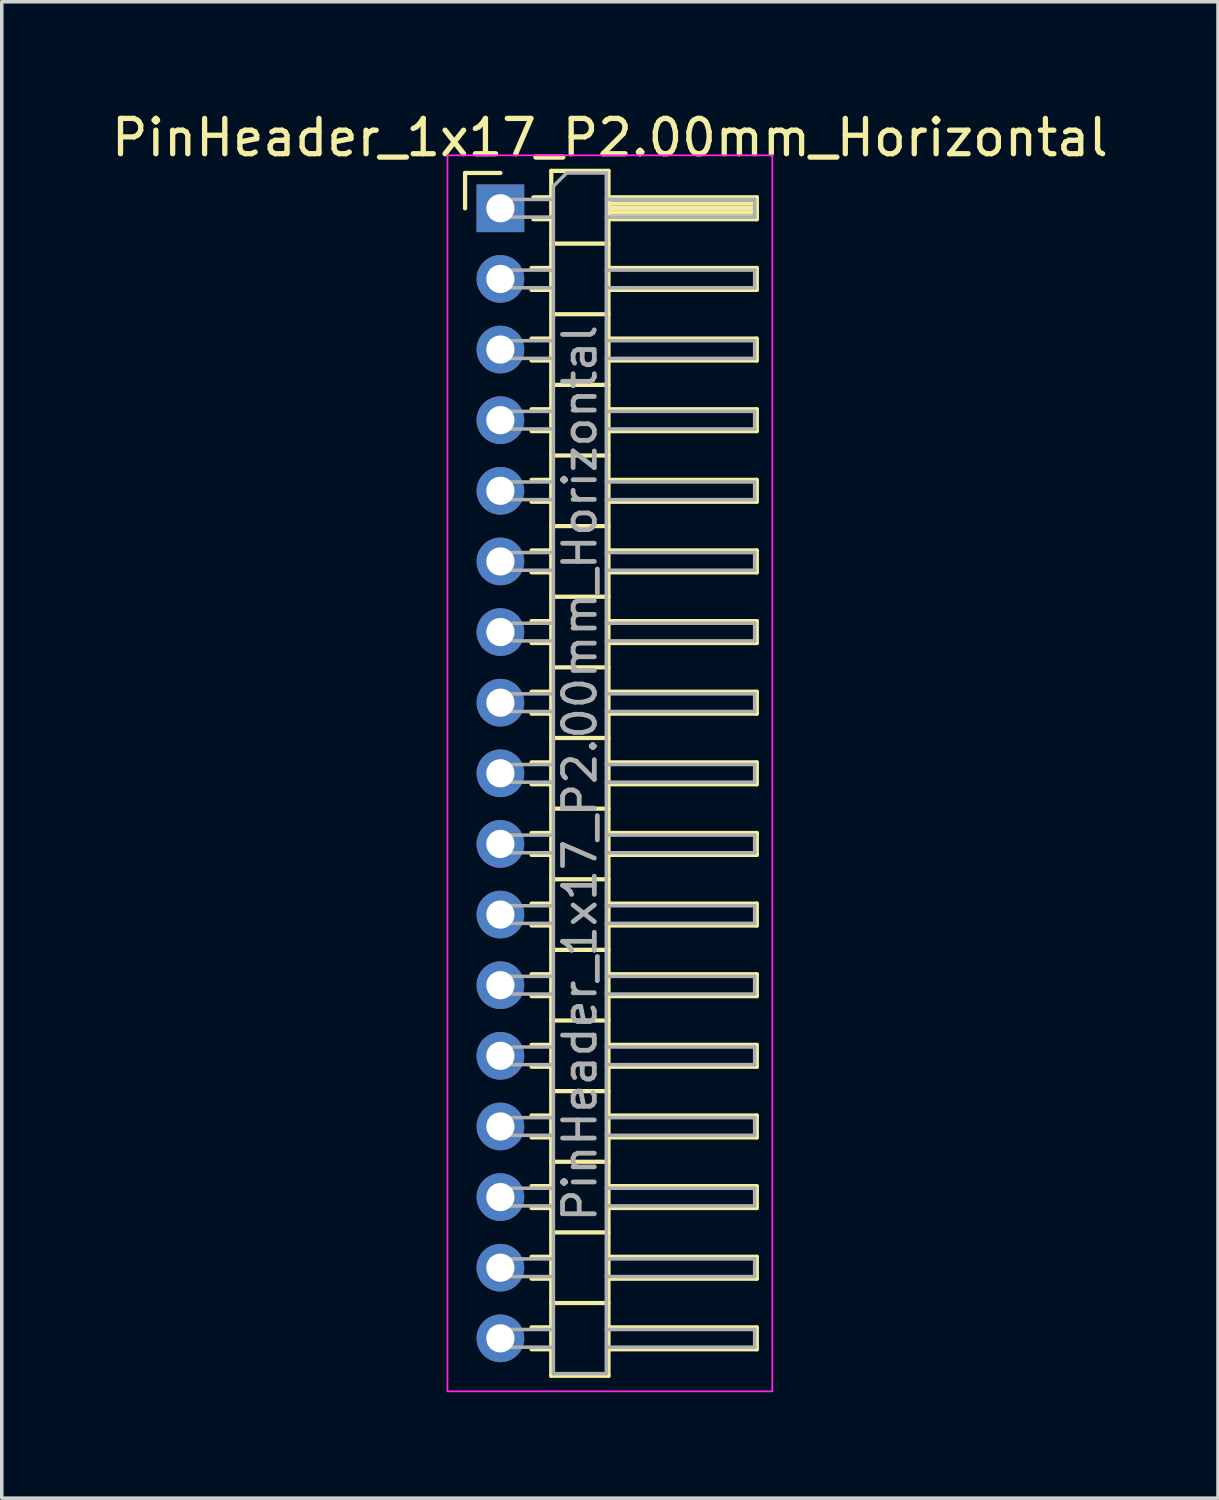
<source format=kicad_pcb>
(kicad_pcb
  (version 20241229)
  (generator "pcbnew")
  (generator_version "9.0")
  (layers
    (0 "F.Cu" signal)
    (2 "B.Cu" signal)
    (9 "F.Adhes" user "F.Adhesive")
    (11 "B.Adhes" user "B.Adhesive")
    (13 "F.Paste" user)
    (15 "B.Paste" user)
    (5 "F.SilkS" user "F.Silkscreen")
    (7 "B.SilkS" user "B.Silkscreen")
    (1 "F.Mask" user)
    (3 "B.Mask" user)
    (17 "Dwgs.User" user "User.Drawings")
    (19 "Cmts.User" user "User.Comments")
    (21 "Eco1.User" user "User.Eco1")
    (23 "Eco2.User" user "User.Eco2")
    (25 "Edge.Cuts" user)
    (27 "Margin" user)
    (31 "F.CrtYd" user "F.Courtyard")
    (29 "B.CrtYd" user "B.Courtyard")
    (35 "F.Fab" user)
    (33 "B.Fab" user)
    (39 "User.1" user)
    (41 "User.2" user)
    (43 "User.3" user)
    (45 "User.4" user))
  (footprint "PinHeader_1x17_P2.00mm_Horizontal"
    (layer "F.Cu")
    (at 11.12 2.848)
    (property "Reference" "PinHeader_1x17_P2.00mm_Horizontal" (at 3.1 -2 0) (layer "F.SilkS") (effects (font (size 1 1) (thickness 0.15))))
    (attr through_hole)
    (fp_line (start -1 -1) (end 0 -1) (stroke (width 0.12) (type solid)) (layer "F.SilkS"))
    (fp_line (start -1 0) (end -1 -1) (stroke (width 0.12) (type solid)) (layer "F.SilkS"))
    (fp_line (start 0.882 1.69) (end 1.44 1.69) (stroke (width 0.12) (type solid)) (layer "F.SilkS"))
    (fp_line (start 0.882 2.31) (end 1.44 2.31) (stroke (width 0.12) (type solid)) (layer "F.SilkS"))
    (fp_line (start 0.882 3.69) (end 1.44 3.69) (stroke (width 0.12) (type solid)) (layer "F.SilkS"))
    (fp_line (start 0.882 4.31) (end 1.44 4.31) (stroke (width 0.12) (type solid)) (layer "F.SilkS"))
    (fp_line (start 0.882 5.69) (end 1.44 5.69) (stroke (width 0.12) (type solid)) (layer "F.SilkS"))
    (fp_line (start 0.882 6.31) (end 1.44 6.31) (stroke (width 0.12) (type solid)) (layer "F.SilkS"))
    (fp_line (start 0.882 7.69) (end 1.44 7.69) (stroke (width 0.12) (type solid)) (layer "F.SilkS"))
    (fp_line (start 0.882 8.31) (end 1.44 8.31) (stroke (width 0.12) (type solid)) (layer "F.SilkS"))
    (fp_line (start 0.882 9.69) (end 1.44 9.69) (stroke (width 0.12) (type solid)) (layer "F.SilkS"))
    (fp_line (start 0.882 10.31) (end 1.44 10.31) (stroke (width 0.12) (type solid)) (layer "F.SilkS"))
    (fp_line (start 0.882 11.69) (end 1.44 11.69) (stroke (width 0.12) (type solid)) (layer "F.SilkS"))
    (fp_line (start 0.882 12.31) (end 1.44 12.31) (stroke (width 0.12) (type solid)) (layer "F.SilkS"))
    (fp_line (start 0.882 13.69) (end 1.44 13.69) (stroke (width 0.12) (type solid)) (layer "F.SilkS"))
    (fp_line (start 0.882 14.31) (end 1.44 14.31) (stroke (width 0.12) (type solid)) (layer "F.SilkS"))
    (fp_line (start 0.882 15.69) (end 1.44 15.69) (stroke (width 0.12) (type solid)) (layer "F.SilkS"))
    (fp_line (start 0.882 16.31) (end 1.44 16.31) (stroke (width 0.12) (type solid)) (layer "F.SilkS"))
    (fp_line (start 0.882 17.69) (end 1.44 17.69) (stroke (width 0.12) (type solid)) (layer "F.SilkS"))
    (fp_line (start 0.882 18.31) (end 1.44 18.31) (stroke (width 0.12) (type solid)) (layer "F.SilkS"))
    (fp_line (start 0.882 19.69) (end 1.44 19.69) (stroke (width 0.12) (type solid)) (layer "F.SilkS"))
    (fp_line (start 0.882 20.31) (end 1.44 20.31) (stroke (width 0.12) (type solid)) (layer "F.SilkS"))
    (fp_line (start 0.882 21.69) (end 1.44 21.69) (stroke (width 0.12) (type solid)) (layer "F.SilkS"))
    (fp_line (start 0.882 22.31) (end 1.44 22.31) (stroke (width 0.12) (type solid)) (layer "F.SilkS"))
    (fp_line (start 0.882 23.69) (end 1.44 23.69) (stroke (width 0.12) (type solid)) (layer "F.SilkS"))
    (fp_line (start 0.882 24.31) (end 1.44 24.31) (stroke (width 0.12) (type solid)) (layer "F.SilkS"))
    (fp_line (start 0.882 25.69) (end 1.44 25.69) (stroke (width 0.12) (type solid)) (layer "F.SilkS"))
    (fp_line (start 0.882 26.31) (end 1.44 26.31) (stroke (width 0.12) (type solid)) (layer "F.SilkS"))
    (fp_line (start 0.882 27.69) (end 1.44 27.69) (stroke (width 0.12) (type solid)) (layer "F.SilkS"))
    (fp_line (start 0.882 28.31) (end 1.44 28.31) (stroke (width 0.12) (type solid)) (layer "F.SilkS"))
    (fp_line (start 0.882 29.69) (end 1.44 29.69) (stroke (width 0.12) (type solid)) (layer "F.SilkS"))
    (fp_line (start 0.882 30.31) (end 1.44 30.31) (stroke (width 0.12) (type solid)) (layer "F.SilkS"))
    (fp_line (start 0.882 31.69) (end 1.44 31.69) (stroke (width 0.12) (type solid)) (layer "F.SilkS"))
    (fp_line (start 0.882 32.31) (end 1.44 32.31) (stroke (width 0.12) (type solid)) (layer "F.SilkS"))
    (fp_line (start 0.935 -0.31) (end 1.44 -0.31) (stroke (width 0.12) (type solid)) (layer "F.SilkS"))
    (fp_line (start 0.935 0.31) (end 1.44 0.31) (stroke (width 0.12) (type solid)) (layer "F.SilkS"))
    (fp_line (start 1.44 -1.06) (end 1.44 33.06) (stroke (width 0.12) (type solid)) (layer "F.SilkS"))
    (fp_line (start 1.44 1) (end 3.06 1) (stroke (width 0.12) (type solid)) (layer "F.SilkS"))
    (fp_line (start 1.44 3) (end 3.06 3) (stroke (width 0.12) (type solid)) (layer "F.SilkS"))
    (fp_line (start 1.44 5) (end 3.06 5) (stroke (width 0.12) (type solid)) (layer "F.SilkS"))
    (fp_line (start 1.44 7) (end 3.06 7) (stroke (width 0.12) (type solid)) (layer "F.SilkS"))
    (fp_line (start 1.44 9) (end 3.06 9) (stroke (width 0.12) (type solid)) (layer "F.SilkS"))
    (fp_line (start 1.44 11) (end 3.06 11) (stroke (width 0.12) (type solid)) (layer "F.SilkS"))
    (fp_line (start 1.44 13) (end 3.06 13) (stroke (width 0.12) (type solid)) (layer "F.SilkS"))
    (fp_line (start 1.44 15) (end 3.06 15) (stroke (width 0.12) (type solid)) (layer "F.SilkS"))
    (fp_line (start 1.44 17) (end 3.06 17) (stroke (width 0.12) (type solid)) (layer "F.SilkS"))
    (fp_line (start 1.44 19) (end 3.06 19) (stroke (width 0.12) (type solid)) (layer "F.SilkS"))
    (fp_line (start 1.44 21) (end 3.06 21) (stroke (width 0.12) (type solid)) (layer "F.SilkS"))
    (fp_line (start 1.44 23) (end 3.06 23) (stroke (width 0.12) (type solid)) (layer "F.SilkS"))
    (fp_line (start 1.44 25) (end 3.06 25) (stroke (width 0.12) (type solid)) (layer "F.SilkS"))
    (fp_line (start 1.44 27) (end 3.06 27) (stroke (width 0.12) (type solid)) (layer "F.SilkS"))
    (fp_line (start 1.44 29) (end 3.06 29) (stroke (width 0.12) (type solid)) (layer "F.SilkS"))
    (fp_line (start 1.44 31) (end 3.06 31) (stroke (width 0.12) (type solid)) (layer "F.SilkS"))
    (fp_line (start 1.44 33.06) (end 3.06 33.06) (stroke (width 0.12) (type solid)) (layer "F.SilkS"))
    (fp_line (start 3.06 -1.06) (end 1.44 -1.06) (stroke (width 0.12) (type solid)) (layer "F.SilkS"))
    (fp_line (start 3.06 -0.31) (end 7.26 -0.31) (stroke (width 0.12) (type solid)) (layer "F.SilkS"))
    (fp_line (start 3.06 -0.25) (end 7.26 -0.25) (stroke (width 0.12) (type solid)) (layer "F.SilkS"))
    (fp_line (start 3.06 -0.13) (end 7.26 -0.13) (stroke (width 0.12) (type solid)) (layer "F.SilkS"))
    (fp_line (start 3.06 -0.01) (end 7.26 -0.01) (stroke (width 0.12) (type solid)) (layer "F.SilkS"))
    (fp_line (start 3.06 0.11) (end 7.26 0.11) (stroke (width 0.12) (type solid)) (layer "F.SilkS"))
    (fp_line (start 3.06 0.23) (end 7.26 0.23) (stroke (width 0.12) (type solid)) (layer "F.SilkS"))
    (fp_line (start 3.06 1.69) (end 7.26 1.69) (stroke (width 0.12) (type solid)) (layer "F.SilkS"))
    (fp_line (start 3.06 3.69) (end 7.26 3.69) (stroke (width 0.12) (type solid)) (layer "F.SilkS"))
    (fp_line (start 3.06 5.69) (end 7.26 5.69) (stroke (width 0.12) (type solid)) (layer "F.SilkS"))
    (fp_line (start 3.06 7.69) (end 7.26 7.69) (stroke (width 0.12) (type solid)) (layer "F.SilkS"))
    (fp_line (start 3.06 9.69) (end 7.26 9.69) (stroke (width 0.12) (type solid)) (layer "F.SilkS"))
    (fp_line (start 3.06 11.69) (end 7.26 11.69) (stroke (width 0.12) (type solid)) (layer "F.SilkS"))
    (fp_line (start 3.06 13.69) (end 7.26 13.69) (stroke (width 0.12) (type solid)) (layer "F.SilkS"))
    (fp_line (start 3.06 15.69) (end 7.26 15.69) (stroke (width 0.12) (type solid)) (layer "F.SilkS"))
    (fp_line (start 3.06 17.69) (end 7.26 17.69) (stroke (width 0.12) (type solid)) (layer "F.SilkS"))
    (fp_line (start 3.06 19.69) (end 7.26 19.69) (stroke (width 0.12) (type solid)) (layer "F.SilkS"))
    (fp_line (start 3.06 21.69) (end 7.26 21.69) (stroke (width 0.12) (type solid)) (layer "F.SilkS"))
    (fp_line (start 3.06 23.69) (end 7.26 23.69) (stroke (width 0.12) (type solid)) (layer "F.SilkS"))
    (fp_line (start 3.06 25.69) (end 7.26 25.69) (stroke (width 0.12) (type solid)) (layer "F.SilkS"))
    (fp_line (start 3.06 27.69) (end 7.26 27.69) (stroke (width 0.12) (type solid)) (layer "F.SilkS"))
    (fp_line (start 3.06 29.69) (end 7.26 29.69) (stroke (width 0.12) (type solid)) (layer "F.SilkS"))
    (fp_line (start 3.06 31.69) (end 7.26 31.69) (stroke (width 0.12) (type solid)) (layer "F.SilkS"))
    (fp_line (start 3.06 33.06) (end 3.06 -1.06) (stroke (width 0.12) (type solid)) (layer "F.SilkS"))
    (fp_line (start 7.26 -0.31) (end 7.26 0.31) (stroke (width 0.12) (type solid)) (layer "F.SilkS"))
    (fp_line (start 7.26 0.31) (end 3.06 0.31) (stroke (width 0.12) (type solid)) (layer "F.SilkS"))
    (fp_line (start 7.26 1.69) (end 7.26 2.31) (stroke (width 0.12) (type solid)) (layer "F.SilkS"))
    (fp_line (start 7.26 2.31) (end 3.06 2.31) (stroke (width 0.12) (type solid)) (layer "F.SilkS"))
    (fp_line (start 7.26 3.69) (end 7.26 4.31) (stroke (width 0.12) (type solid)) (layer "F.SilkS"))
    (fp_line (start 7.26 4.31) (end 3.06 4.31) (stroke (width 0.12) (type solid)) (layer "F.SilkS"))
    (fp_line (start 7.26 5.69) (end 7.26 6.31) (stroke (width 0.12) (type solid)) (layer "F.SilkS"))
    (fp_line (start 7.26 6.31) (end 3.06 6.31) (stroke (width 0.12) (type solid)) (layer "F.SilkS"))
    (fp_line (start 7.26 7.69) (end 7.26 8.31) (stroke (width 0.12) (type solid)) (layer "F.SilkS"))
    (fp_line (start 7.26 8.31) (end 3.06 8.31) (stroke (width 0.12) (type solid)) (layer "F.SilkS"))
    (fp_line (start 7.26 9.69) (end 7.26 10.31) (stroke (width 0.12) (type solid)) (layer "F.SilkS"))
    (fp_line (start 7.26 10.31) (end 3.06 10.31) (stroke (width 0.12) (type solid)) (layer "F.SilkS"))
    (fp_line (start 7.26 11.69) (end 7.26 12.31) (stroke (width 0.12) (type solid)) (layer "F.SilkS"))
    (fp_line (start 7.26 12.31) (end 3.06 12.31) (stroke (width 0.12) (type solid)) (layer "F.SilkS"))
    (fp_line (start 7.26 13.69) (end 7.26 14.31) (stroke (width 0.12) (type solid)) (layer "F.SilkS"))
    (fp_line (start 7.26 14.31) (end 3.06 14.31) (stroke (width 0.12) (type solid)) (layer "F.SilkS"))
    (fp_line (start 7.26 15.69) (end 7.26 16.31) (stroke (width 0.12) (type solid)) (layer "F.SilkS"))
    (fp_line (start 7.26 16.31) (end 3.06 16.31) (stroke (width 0.12) (type solid)) (layer "F.SilkS"))
    (fp_line (start 7.26 17.69) (end 7.26 18.31) (stroke (width 0.12) (type solid)) (layer "F.SilkS"))
    (fp_line (start 7.26 18.31) (end 3.06 18.31) (stroke (width 0.12) (type solid)) (layer "F.SilkS"))
    (fp_line (start 7.26 19.69) (end 7.26 20.31) (stroke (width 0.12) (type solid)) (layer "F.SilkS"))
    (fp_line (start 7.26 20.31) (end 3.06 20.31) (stroke (width 0.12) (type solid)) (layer "F.SilkS"))
    (fp_line (start 7.26 21.69) (end 7.26 22.31) (stroke (width 0.12) (type solid)) (layer "F.SilkS"))
    (fp_line (start 7.26 22.31) (end 3.06 22.31) (stroke (width 0.12) (type solid)) (layer "F.SilkS"))
    (fp_line (start 7.26 23.69) (end 7.26 24.31) (stroke (width 0.12) (type solid)) (layer "F.SilkS"))
    (fp_line (start 7.26 24.31) (end 3.06 24.31) (stroke (width 0.12) (type solid)) (layer "F.SilkS"))
    (fp_line (start 7.26 25.69) (end 7.26 26.31) (stroke (width 0.12) (type solid)) (layer "F.SilkS"))
    (fp_line (start 7.26 26.31) (end 3.06 26.31) (stroke (width 0.12) (type solid)) (layer "F.SilkS"))
    (fp_line (start 7.26 27.69) (end 7.26 28.31) (stroke (width 0.12) (type solid)) (layer "F.SilkS"))
    (fp_line (start 7.26 28.31) (end 3.06 28.31) (stroke (width 0.12) (type solid)) (layer "F.SilkS"))
    (fp_line (start 7.26 29.69) (end 7.26 30.31) (stroke (width 0.12) (type solid)) (layer "F.SilkS"))
    (fp_line (start 7.26 30.31) (end 3.06 30.31) (stroke (width 0.12) (type solid)) (layer "F.SilkS"))
    (fp_line (start 7.26 31.69) (end 7.26 32.31) (stroke (width 0.12) (type solid)) (layer "F.SilkS"))
    (fp_line (start 7.26 32.31) (end 3.06 32.31) (stroke (width 0.12) (type solid)) (layer "F.SilkS"))
    (fp_line (start -1.5 -1.5) (end -1.5 33.5) (stroke (width 0.05) (type solid)) (layer "F.CrtYd"))
    (fp_line (start -1.5 33.5) (end 7.7 33.5) (stroke (width 0.05) (type solid)) (layer "F.CrtYd"))
    (fp_line (start 7.7 -1.5) (end -1.5 -1.5) (stroke (width 0.05) (type solid)) (layer "F.CrtYd"))
    (fp_line (start 7.7 33.5) (end 7.7 -1.5) (stroke (width 0.05) (type solid)) (layer "F.CrtYd"))
    (fp_line (start -0.25 -0.25) (end -0.25 0.25) (stroke (width 0.1) (type solid)) (layer "F.Fab"))
    (fp_line (start -0.25 -0.25) (end 1.5 -0.25) (stroke (width 0.1) (type solid)) (layer "F.Fab"))
    (fp_line (start -0.25 0.25) (end 1.5 0.25) (stroke (width 0.1) (type solid)) (layer "F.Fab"))
    (fp_line (start -0.25 1.75) (end -0.25 2.25) (stroke (width 0.1) (type solid)) (layer "F.Fab"))
    (fp_line (start -0.25 1.75) (end 1.5 1.75) (stroke (width 0.1) (type solid)) (layer "F.Fab"))
    (fp_line (start -0.25 2.25) (end 1.5 2.25) (stroke (width 0.1) (type solid)) (layer "F.Fab"))
    (fp_line (start -0.25 3.75) (end -0.25 4.25) (stroke (width 0.1) (type solid)) (layer "F.Fab"))
    (fp_line (start -0.25 3.75) (end 1.5 3.75) (stroke (width 0.1) (type solid)) (layer "F.Fab"))
    (fp_line (start -0.25 4.25) (end 1.5 4.25) (stroke (width 0.1) (type solid)) (layer "F.Fab"))
    (fp_line (start -0.25 5.75) (end -0.25 6.25) (stroke (width 0.1) (type solid)) (layer "F.Fab"))
    (fp_line (start -0.25 5.75) (end 1.5 5.75) (stroke (width 0.1) (type solid)) (layer "F.Fab"))
    (fp_line (start -0.25 6.25) (end 1.5 6.25) (stroke (width 0.1) (type solid)) (layer "F.Fab"))
    (fp_line (start -0.25 7.75) (end -0.25 8.25) (stroke (width 0.1) (type solid)) (layer "F.Fab"))
    (fp_line (start -0.25 7.75) (end 1.5 7.75) (stroke (width 0.1) (type solid)) (layer "F.Fab"))
    (fp_line (start -0.25 8.25) (end 1.5 8.25) (stroke (width 0.1) (type solid)) (layer "F.Fab"))
    (fp_line (start -0.25 9.75) (end -0.25 10.25) (stroke (width 0.1) (type solid)) (layer "F.Fab"))
    (fp_line (start -0.25 9.75) (end 1.5 9.75) (stroke (width 0.1) (type solid)) (layer "F.Fab"))
    (fp_line (start -0.25 10.25) (end 1.5 10.25) (stroke (width 0.1) (type solid)) (layer "F.Fab"))
    (fp_line (start -0.25 11.75) (end -0.25 12.25) (stroke (width 0.1) (type solid)) (layer "F.Fab"))
    (fp_line (start -0.25 11.75) (end 1.5 11.75) (stroke (width 0.1) (type solid)) (layer "F.Fab"))
    (fp_line (start -0.25 12.25) (end 1.5 12.25) (stroke (width 0.1) (type solid)) (layer "F.Fab"))
    (fp_line (start -0.25 13.75) (end -0.25 14.25) (stroke (width 0.1) (type solid)) (layer "F.Fab"))
    (fp_line (start -0.25 13.75) (end 1.5 13.75) (stroke (width 0.1) (type solid)) (layer "F.Fab"))
    (fp_line (start -0.25 14.25) (end 1.5 14.25) (stroke (width 0.1) (type solid)) (layer "F.Fab"))
    (fp_line (start -0.25 15.75) (end -0.25 16.25) (stroke (width 0.1) (type solid)) (layer "F.Fab"))
    (fp_line (start -0.25 15.75) (end 1.5 15.75) (stroke (width 0.1) (type solid)) (layer "F.Fab"))
    (fp_line (start -0.25 16.25) (end 1.5 16.25) (stroke (width 0.1) (type solid)) (layer "F.Fab"))
    (fp_line (start -0.25 17.75) (end -0.25 18.25) (stroke (width 0.1) (type solid)) (layer "F.Fab"))
    (fp_line (start -0.25 17.75) (end 1.5 17.75) (stroke (width 0.1) (type solid)) (layer "F.Fab"))
    (fp_line (start -0.25 18.25) (end 1.5 18.25) (stroke (width 0.1) (type solid)) (layer "F.Fab"))
    (fp_line (start -0.25 19.75) (end -0.25 20.25) (stroke (width 0.1) (type solid)) (layer "F.Fab"))
    (fp_line (start -0.25 19.75) (end 1.5 19.75) (stroke (width 0.1) (type solid)) (layer "F.Fab"))
    (fp_line (start -0.25 20.25) (end 1.5 20.25) (stroke (width 0.1) (type solid)) (layer "F.Fab"))
    (fp_line (start -0.25 21.75) (end -0.25 22.25) (stroke (width 0.1) (type solid)) (layer "F.Fab"))
    (fp_line (start -0.25 21.75) (end 1.5 21.75) (stroke (width 0.1) (type solid)) (layer "F.Fab"))
    (fp_line (start -0.25 22.25) (end 1.5 22.25) (stroke (width 0.1) (type solid)) (layer "F.Fab"))
    (fp_line (start -0.25 23.75) (end -0.25 24.25) (stroke (width 0.1) (type solid)) (layer "F.Fab"))
    (fp_line (start -0.25 23.75) (end 1.5 23.75) (stroke (width 0.1) (type solid)) (layer "F.Fab"))
    (fp_line (start -0.25 24.25) (end 1.5 24.25) (stroke (width 0.1) (type solid)) (layer "F.Fab"))
    (fp_line (start -0.25 25.75) (end -0.25 26.25) (stroke (width 0.1) (type solid)) (layer "F.Fab"))
    (fp_line (start -0.25 25.75) (end 1.5 25.75) (stroke (width 0.1) (type solid)) (layer "F.Fab"))
    (fp_line (start -0.25 26.25) (end 1.5 26.25) (stroke (width 0.1) (type solid)) (layer "F.Fab"))
    (fp_line (start -0.25 27.75) (end -0.25 28.25) (stroke (width 0.1) (type solid)) (layer "F.Fab"))
    (fp_line (start -0.25 27.75) (end 1.5 27.75) (stroke (width 0.1) (type solid)) (layer "F.Fab"))
    (fp_line (start -0.25 28.25) (end 1.5 28.25) (stroke (width 0.1) (type solid)) (layer "F.Fab"))
    (fp_line (start -0.25 29.75) (end -0.25 30.25) (stroke (width 0.1) (type solid)) (layer "F.Fab"))
    (fp_line (start -0.25 29.75) (end 1.5 29.75) (stroke (width 0.1) (type solid)) (layer "F.Fab"))
    (fp_line (start -0.25 30.25) (end 1.5 30.25) (stroke (width 0.1) (type solid)) (layer "F.Fab"))
    (fp_line (start -0.25 31.75) (end -0.25 32.25) (stroke (width 0.1) (type solid)) (layer "F.Fab"))
    (fp_line (start -0.25 31.75) (end 1.5 31.75) (stroke (width 0.1) (type solid)) (layer "F.Fab"))
    (fp_line (start -0.25 32.25) (end 1.5 32.25) (stroke (width 0.1) (type solid)) (layer "F.Fab"))
    (fp_line (start 1.5 -0.625) (end 1.875 -1) (stroke (width 0.1) (type solid)) (layer "F.Fab"))
    (fp_line (start 1.5 33) (end 1.5 -0.625) (stroke (width 0.1) (type solid)) (layer "F.Fab"))
    (fp_line (start 1.875 -1) (end 3 -1) (stroke (width 0.1) (type solid)) (layer "F.Fab"))
    (fp_line (start 3 -1) (end 3 33) (stroke (width 0.1) (type solid)) (layer "F.Fab"))
    (fp_line (start 3 -0.25) (end 7.2 -0.25) (stroke (width 0.1) (type solid)) (layer "F.Fab"))
    (fp_line (start 3 0.25) (end 7.2 0.25) (stroke (width 0.1) (type solid)) (layer "F.Fab"))
    (fp_line (start 3 1.75) (end 7.2 1.75) (stroke (width 0.1) (type solid)) (layer "F.Fab"))
    (fp_line (start 3 2.25) (end 7.2 2.25) (stroke (width 0.1) (type solid)) (layer "F.Fab"))
    (fp_line (start 3 3.75) (end 7.2 3.75) (stroke (width 0.1) (type solid)) (layer "F.Fab"))
    (fp_line (start 3 4.25) (end 7.2 4.25) (stroke (width 0.1) (type solid)) (layer "F.Fab"))
    (fp_line (start 3 5.75) (end 7.2 5.75) (stroke (width 0.1) (type solid)) (layer "F.Fab"))
    (fp_line (start 3 6.25) (end 7.2 6.25) (stroke (width 0.1) (type solid)) (layer "F.Fab"))
    (fp_line (start 3 7.75) (end 7.2 7.75) (stroke (width 0.1) (type solid)) (layer "F.Fab"))
    (fp_line (start 3 8.25) (end 7.2 8.25) (stroke (width 0.1) (type solid)) (layer "F.Fab"))
    (fp_line (start 3 9.75) (end 7.2 9.75) (stroke (width 0.1) (type solid)) (layer "F.Fab"))
    (fp_line (start 3 10.25) (end 7.2 10.25) (stroke (width 0.1) (type solid)) (layer "F.Fab"))
    (fp_line (start 3 11.75) (end 7.2 11.75) (stroke (width 0.1) (type solid)) (layer "F.Fab"))
    (fp_line (start 3 12.25) (end 7.2 12.25) (stroke (width 0.1) (type solid)) (layer "F.Fab"))
    (fp_line (start 3 13.75) (end 7.2 13.75) (stroke (width 0.1) (type solid)) (layer "F.Fab"))
    (fp_line (start 3 14.25) (end 7.2 14.25) (stroke (width 0.1) (type solid)) (layer "F.Fab"))
    (fp_line (start 3 15.75) (end 7.2 15.75) (stroke (width 0.1) (type solid)) (layer "F.Fab"))
    (fp_line (start 3 16.25) (end 7.2 16.25) (stroke (width 0.1) (type solid)) (layer "F.Fab"))
    (fp_line (start 3 17.75) (end 7.2 17.75) (stroke (width 0.1) (type solid)) (layer "F.Fab"))
    (fp_line (start 3 18.25) (end 7.2 18.25) (stroke (width 0.1) (type solid)) (layer "F.Fab"))
    (fp_line (start 3 19.75) (end 7.2 19.75) (stroke (width 0.1) (type solid)) (layer "F.Fab"))
    (fp_line (start 3 20.25) (end 7.2 20.25) (stroke (width 0.1) (type solid)) (layer "F.Fab"))
    (fp_line (start 3 21.75) (end 7.2 21.75) (stroke (width 0.1) (type solid)) (layer "F.Fab"))
    (fp_line (start 3 22.25) (end 7.2 22.25) (stroke (width 0.1) (type solid)) (layer "F.Fab"))
    (fp_line (start 3 23.75) (end 7.2 23.75) (stroke (width 0.1) (type solid)) (layer "F.Fab"))
    (fp_line (start 3 24.25) (end 7.2 24.25) (stroke (width 0.1) (type solid)) (layer "F.Fab"))
    (fp_line (start 3 25.75) (end 7.2 25.75) (stroke (width 0.1) (type solid)) (layer "F.Fab"))
    (fp_line (start 3 26.25) (end 7.2 26.25) (stroke (width 0.1) (type solid)) (layer "F.Fab"))
    (fp_line (start 3 27.75) (end 7.2 27.75) (stroke (width 0.1) (type solid)) (layer "F.Fab"))
    (fp_line (start 3 28.25) (end 7.2 28.25) (stroke (width 0.1) (type solid)) (layer "F.Fab"))
    (fp_line (start 3 29.75) (end 7.2 29.75) (stroke (width 0.1) (type solid)) (layer "F.Fab"))
    (fp_line (start 3 30.25) (end 7.2 30.25) (stroke (width 0.1) (type solid)) (layer "F.Fab"))
    (fp_line (start 3 31.75) (end 7.2 31.75) (stroke (width 0.1) (type solid)) (layer "F.Fab"))
    (fp_line (start 3 32.25) (end 7.2 32.25) (stroke (width 0.1) (type solid)) (layer "F.Fab"))
    (fp_line (start 3 33) (end 1.5 33) (stroke (width 0.1) (type solid)) (layer "F.Fab"))
    (fp_line (start 7.2 -0.25) (end 7.2 0.25) (stroke (width 0.1) (type solid)) (layer "F.Fab"))
    (fp_line (start 7.2 1.75) (end 7.2 2.25) (stroke (width 0.1) (type solid)) (layer "F.Fab"))
    (fp_line (start 7.2 3.75) (end 7.2 4.25) (stroke (width 0.1) (type solid)) (layer "F.Fab"))
    (fp_line (start 7.2 5.75) (end 7.2 6.25) (stroke (width 0.1) (type solid)) (layer "F.Fab"))
    (fp_line (start 7.2 7.75) (end 7.2 8.25) (stroke (width 0.1) (type solid)) (layer "F.Fab"))
    (fp_line (start 7.2 9.75) (end 7.2 10.25) (stroke (width 0.1) (type solid)) (layer "F.Fab"))
    (fp_line (start 7.2 11.75) (end 7.2 12.25) (stroke (width 0.1) (type solid)) (layer "F.Fab"))
    (fp_line (start 7.2 13.75) (end 7.2 14.25) (stroke (width 0.1) (type solid)) (layer "F.Fab"))
    (fp_line (start 7.2 15.75) (end 7.2 16.25) (stroke (width 0.1) (type solid)) (layer "F.Fab"))
    (fp_line (start 7.2 17.75) (end 7.2 18.25) (stroke (width 0.1) (type solid)) (layer "F.Fab"))
    (fp_line (start 7.2 19.75) (end 7.2 20.25) (stroke (width 0.1) (type solid)) (layer "F.Fab"))
    (fp_line (start 7.2 21.75) (end 7.2 22.25) (stroke (width 0.1) (type solid)) (layer "F.Fab"))
    (fp_line (start 7.2 23.75) (end 7.2 24.25) (stroke (width 0.1) (type solid)) (layer "F.Fab"))
    (fp_line (start 7.2 25.75) (end 7.2 26.25) (stroke (width 0.1) (type solid)) (layer "F.Fab"))
    (fp_line (start 7.2 27.75) (end 7.2 28.25) (stroke (width 0.1) (type solid)) (layer "F.Fab"))
    (fp_line (start 7.2 29.75) (end 7.2 30.25) (stroke (width 0.1) (type solid)) (layer "F.Fab"))
    (fp_line (start 7.2 31.75) (end 7.2 32.25) (stroke (width 0.1) (type solid)) (layer "F.Fab"))
    (fp_text user "${REFERENCE}" (at 2.25 16 90) (layer "F.Fab") (effects (font (size 0.9 0.9) (thickness 0.135))))
    (pad "1" thru_hole rect (at 0 0) (size 1.35 1.35) (drill 0.8) (layers "*.Cu" "*.Mask"))
    (pad "2" thru_hole oval (at 0 2) (size 1.35 1.35) (drill 0.8) (layers "*.Cu" "*.Mask"))
    (pad "3" thru_hole oval (at 0 4) (size 1.35 1.35) (drill 0.8) (layers "*.Cu" "*.Mask"))
    (pad "4" thru_hole oval (at 0 6) (size 1.35 1.35) (drill 0.8) (layers "*.Cu" "*.Mask"))
    (pad "5" thru_hole oval (at 0 8) (size 1.35 1.35) (drill 0.8) (layers "*.Cu" "*.Mask"))
    (pad "6" thru_hole oval (at 0 10) (size 1.35 1.35) (drill 0.8) (layers "*.Cu" "*.Mask"))
    (pad "7" thru_hole oval (at 0 12) (size 1.35 1.35) (drill 0.8) (layers "*.Cu" "*.Mask"))
    (pad "8" thru_hole oval (at 0 14) (size 1.35 1.35) (drill 0.8) (layers "*.Cu" "*.Mask"))
    (pad "9" thru_hole oval (at 0 16) (size 1.35 1.35) (drill 0.8) (layers "*.Cu" "*.Mask"))
    (pad "10" thru_hole oval (at 0 18) (size 1.35 1.35) (drill 0.8) (layers "*.Cu" "*.Mask"))
    (pad "11" thru_hole oval (at 0 20) (size 1.35 1.35) (drill 0.8) (layers "*.Cu" "*.Mask"))
    (pad "12" thru_hole oval (at 0 22) (size 1.35 1.35) (drill 0.8) (layers "*.Cu" "*.Mask"))
    (pad "13" thru_hole oval (at 0 24) (size 1.35 1.35) (drill 0.8) (layers "*.Cu" "*.Mask"))
    (pad "14" thru_hole oval (at 0 26) (size 1.35 1.35) (drill 0.8) (layers "*.Cu" "*.Mask"))
    (pad "15" thru_hole oval (at 0 28) (size 1.35 1.35) (drill 0.8) (layers "*.Cu" "*.Mask"))
    (pad "16" thru_hole oval (at 0 30) (size 1.35 1.35) (drill 0.8) (layers "*.Cu" "*.Mask"))
    (pad "17" thru_hole oval (at 0 32) (size 1.35 1.35) (drill 0.8) (layers "*.Cu" "*.Mask")))
  (gr_rect
    (start -3 -3)
    (end 31.44 39.373)
    (stroke (width 0.1) (type default))
    (fill no)
    (layer "Edge.Cuts")))
</source>
